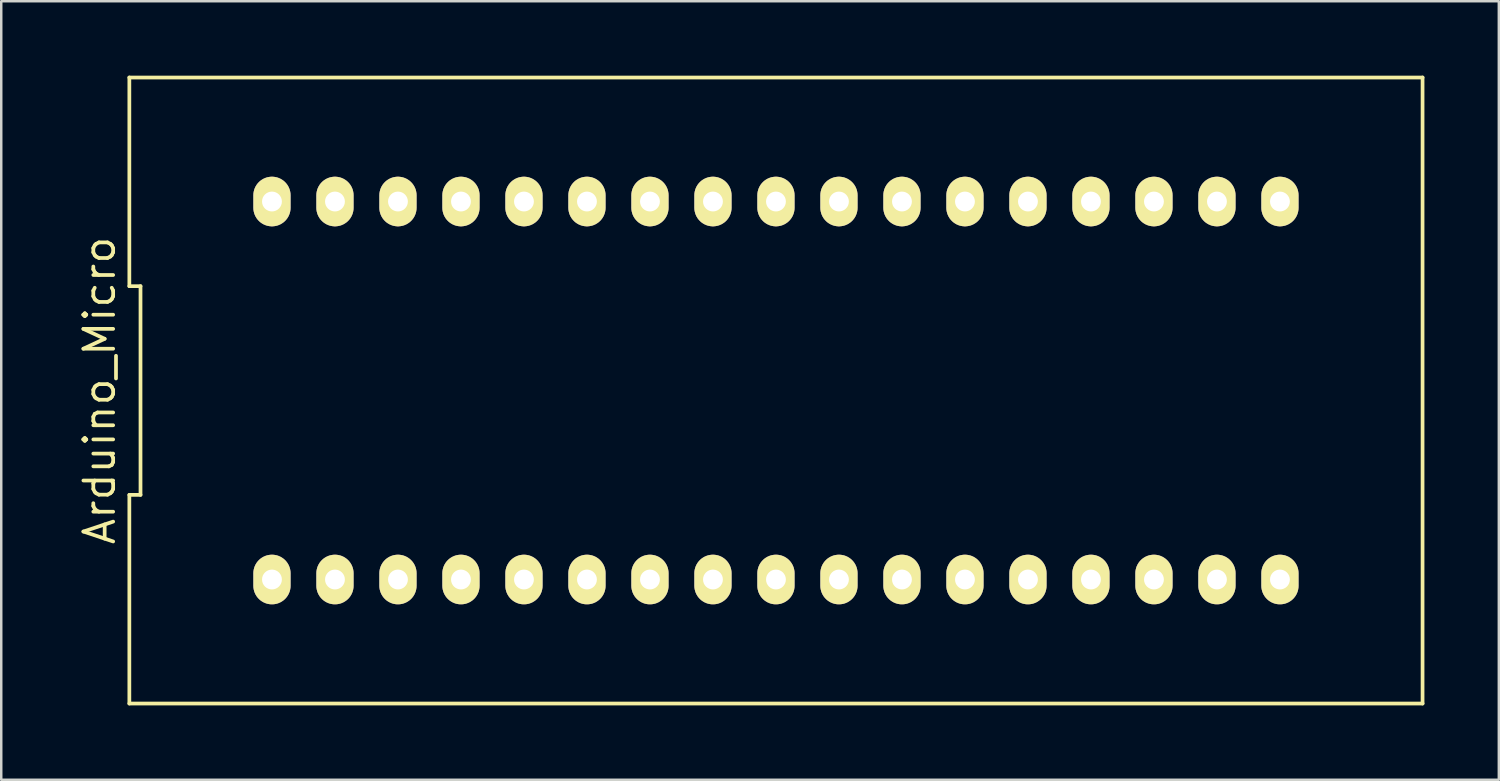
<source format=kicad_pcb>
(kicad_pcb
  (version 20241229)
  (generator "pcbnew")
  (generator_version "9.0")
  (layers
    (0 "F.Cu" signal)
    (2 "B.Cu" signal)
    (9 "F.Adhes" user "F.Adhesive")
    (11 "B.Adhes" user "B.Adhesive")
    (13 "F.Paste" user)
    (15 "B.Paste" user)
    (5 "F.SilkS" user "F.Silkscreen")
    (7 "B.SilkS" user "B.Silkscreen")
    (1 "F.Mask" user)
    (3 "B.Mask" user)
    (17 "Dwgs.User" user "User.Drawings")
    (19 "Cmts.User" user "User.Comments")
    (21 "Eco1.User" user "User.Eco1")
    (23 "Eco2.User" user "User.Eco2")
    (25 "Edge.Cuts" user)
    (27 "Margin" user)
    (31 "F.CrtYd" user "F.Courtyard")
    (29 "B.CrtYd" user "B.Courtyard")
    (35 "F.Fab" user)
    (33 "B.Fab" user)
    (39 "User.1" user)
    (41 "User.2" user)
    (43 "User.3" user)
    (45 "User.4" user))
  (footprint "Arduino_Micro"
    (layer "F.Cu")
    (at 28.235 12.695)
    (property "Reference" "Arduino_Micro" (at -27.27 0 90) (layer "F.SilkS") (effects (font (size 1.2 1.2) (thickness 0.15))))
    (attr through_hole)
    (fp_line (start -26.07 -12.62) (end -26.07 -4.207) (stroke (width 0.15) (type solid)) (layer "F.SilkS"))
    (fp_line (start -26.07 -4.207) (end -25.62 -4.207) (stroke (width 0.15) (type solid)) (layer "F.SilkS"))
    (fp_line (start -26.07 4.207) (end -26.07 12.62) (stroke (width 0.15) (type solid)) (layer "F.SilkS"))
    (fp_line (start -26.07 12.62) (end 26.07 12.62) (stroke (width 0.15) (type solid)) (layer "F.SilkS"))
    (fp_line (start -25.62 -4.207) (end -25.62 4.207) (stroke (width 0.15) (type solid)) (layer "F.SilkS"))
    (fp_line (start -25.62 4.207) (end -26.07 4.207) (stroke (width 0.15) (type solid)) (layer "F.SilkS"))
    (fp_line (start 26.07 -12.62) (end -26.07 -12.62) (stroke (width 0.15) (type solid)) (layer "F.SilkS"))
    (fp_line (start 26.07 12.62) (end 26.07 -12.62) (stroke (width 0.15) (type solid)) (layer "F.SilkS"))
    (pad "1" thru_hole oval (at -20.32 7.62) (size 1.5 2) (drill 0.8) (layers "*.Cu" "*.Mask" "F.SilkS"))
    (pad "2" thru_hole oval (at -17.78 7.62) (size 1.5 2) (drill 0.8) (layers "*.Cu" "*.Mask" "F.SilkS"))
    (pad "3" thru_hole oval (at -15.24 7.62) (size 1.5 2) (drill 0.8) (layers "*.Cu" "*.Mask" "F.SilkS"))
    (pad "4" thru_hole oval (at -12.7 7.62) (size 1.5 2) (drill 0.8) (layers "*.Cu" "*.Mask" "F.SilkS"))
    (pad "5" thru_hole oval (at -10.16 7.62) (size 1.5 2) (drill 0.8) (layers "*.Cu" "*.Mask" "F.SilkS"))
    (pad "6" thru_hole oval (at -7.62 7.62) (size 1.5 2) (drill 0.8) (layers "*.Cu" "*.Mask" "F.SilkS"))
    (pad "7" thru_hole oval (at -5.08 7.62) (size 1.5 2) (drill 0.8) (layers "*.Cu" "*.Mask" "F.SilkS"))
    (pad "8" thru_hole oval (at -2.54 7.62) (size 1.5 2) (drill 0.8) (layers "*.Cu" "*.Mask" "F.SilkS"))
    (pad "9" thru_hole oval (at 0 7.62) (size 1.5 2) (drill 0.8) (layers "*.Cu" "*.Mask" "F.SilkS"))
    (pad "10" thru_hole oval (at 2.54 7.62) (size 1.5 2) (drill 0.8) (layers "*.Cu" "*.Mask" "F.SilkS"))
    (pad "11" thru_hole oval (at 5.08 7.62) (size 1.5 2) (drill 0.8) (layers "*.Cu" "*.Mask" "F.SilkS"))
    (pad "12" thru_hole oval (at 7.62 7.62) (size 1.5 2) (drill 0.8) (layers "*.Cu" "*.Mask" "F.SilkS"))
    (pad "13" thru_hole oval (at 10.16 7.62) (size 1.5 2) (drill 0.8) (layers "*.Cu" "*.Mask" "F.SilkS"))
    (pad "14" thru_hole oval (at 12.7 7.62) (size 1.5 2) (drill 0.8) (layers "*.Cu" "*.Mask" "F.SilkS"))
    (pad "15" thru_hole oval (at 15.24 7.62) (size 1.5 2) (drill 0.8) (layers "*.Cu" "*.Mask" "F.SilkS"))
    (pad "16" thru_hole oval (at 17.78 7.62) (size 1.5 2) (drill 0.8) (layers "*.Cu" "*.Mask" "F.SilkS"))
    (pad "17" thru_hole oval (at 20.32 7.62) (size 1.5 2) (drill 0.8) (layers "*.Cu" "*.Mask" "F.SilkS"))
    (pad "18" thru_hole oval (at 20.32 -7.62) (size 1.5 2) (drill 0.8) (layers "*.Cu" "*.Mask" "F.SilkS"))
    (pad "19" thru_hole oval (at 17.78 -7.62) (size 1.5 2) (drill 0.8) (layers "*.Cu" "*.Mask" "F.SilkS"))
    (pad "20" thru_hole oval (at 15.24 -7.62) (size 1.5 2) (drill 0.8) (layers "*.Cu" "*.Mask" "F.SilkS"))
    (pad "21" thru_hole oval (at 12.7 -7.62) (size 1.5 2) (drill 0.8) (layers "*.Cu" "*.Mask" "F.SilkS"))
    (pad "22" thru_hole oval (at 10.16 -7.62) (size 1.5 2) (drill 0.8) (layers "*.Cu" "*.Mask" "F.SilkS"))
    (pad "23" thru_hole oval (at 7.62 -7.62) (size 1.5 2) (drill 0.8) (layers "*.Cu" "*.Mask" "F.SilkS"))
    (pad "24" thru_hole oval (at 5.08 -7.62) (size 1.5 2) (drill 0.8) (layers "*.Cu" "*.Mask" "F.SilkS"))
    (pad "25" thru_hole oval (at 2.54 -7.62) (size 1.5 2) (drill 0.8) (layers "*.Cu" "*.Mask" "F.SilkS"))
    (pad "26" thru_hole oval (at 0 -7.62) (size 1.5 2) (drill 0.8) (layers "*.Cu" "*.Mask" "F.SilkS"))
    (pad "27" thru_hole oval (at -2.54 -7.62) (size 1.5 2) (drill 0.8) (layers "*.Cu" "*.Mask" "F.SilkS"))
    (pad "28" thru_hole oval (at -5.08 -7.62) (size 1.5 2) (drill 0.8) (layers "*.Cu" "*.Mask" "F.SilkS"))
    (pad "29" thru_hole oval (at -7.62 -7.62) (size 1.5 2) (drill 0.8) (layers "*.Cu" "*.Mask" "F.SilkS"))
    (pad "30" thru_hole oval (at -10.16 -7.62) (size 1.5 2) (drill 0.8) (layers "*.Cu" "*.Mask" "F.SilkS"))
    (pad "31" thru_hole oval (at -12.7 -7.62) (size 1.5 2) (drill 0.8) (layers "*.Cu" "*.Mask" "F.SilkS"))
    (pad "32" thru_hole oval (at -15.24 -7.62) (size 1.5 2) (drill 0.8) (layers "*.Cu" "*.Mask" "F.SilkS"))
    (pad "33" thru_hole oval (at -17.78 -7.62) (size 1.5 2) (drill 0.8) (layers "*.Cu" "*.Mask" "F.SilkS"))
    (pad "34" thru_hole oval (at -20.32 -7.62) (size 1.5 2) (drill 0.8) (layers "*.Cu" "*.Mask" "F.SilkS")))
  (gr_rect
    (start -3 -3)
    (end 57.38 28.39)
    (stroke (width 0.1) (type default))
    (fill no)
    (layer "Edge.Cuts")))
</source>
